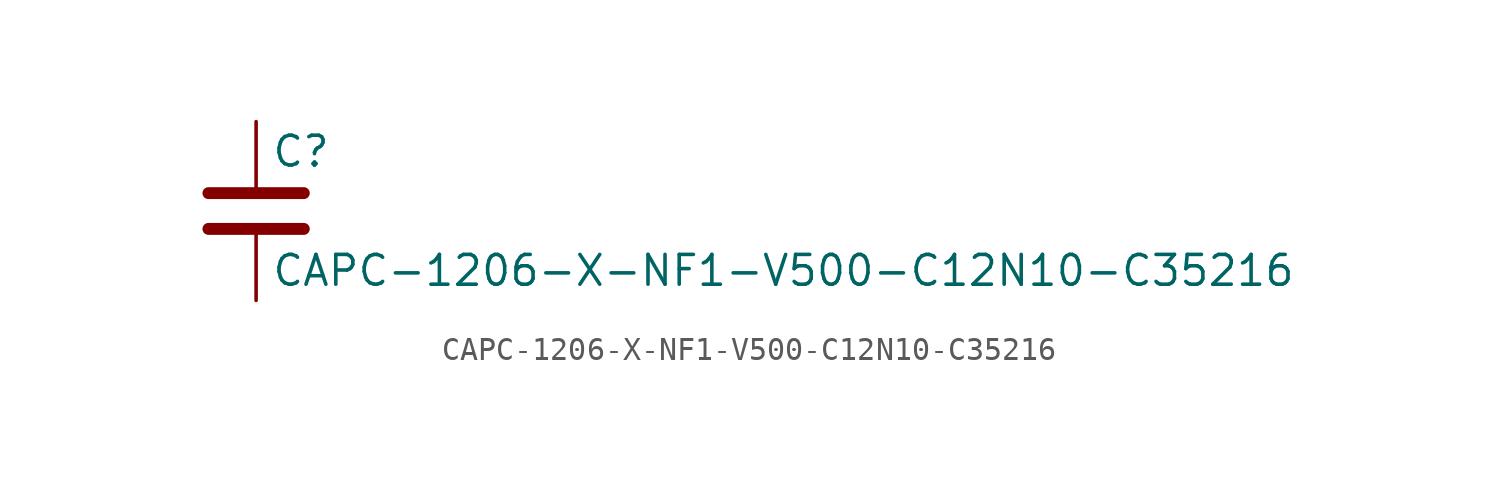
<source format=kicad_sym>
(kicad_symbol_lib
  (version 20211014)
  (generator kicad_symbol_editor)
  (symbol "CAPC-1206-X-NF1-V500-C12N10-C35216"
    (pin_numbers hide)
    (pin_names
      (offset 0.254))
    (property "Reference" "C"
      (at 0.635 2.54 0)
      (effects (font (size 1.27 1.27)) (justify left)))
    (property "Value" "CAPC-1206-X-NF1-V500-C12N10-C35216"
      (at 0.635 -2.54 0)
      (effects (font (size 1.27 1.27)) (justify left)))
    (symbol "CAPC-1206-X-NF1-V500-C12N10-C35216_0_1"
      (polyline (pts (xy -2.032 -0.762) (xy 2.032 -0.762)) (stroke (width 0.508) (type default) (color 0 0 0 0)) (fill (type none)))
      (polyline (pts (xy -2.032 0.762) (xy 2.032 0.762)) (stroke (width 0.508) (type default) (color 0 0 0 0)) (fill (type none))))
    (symbol "CAPC-1206-X-NF1-V500-C12N10-C35216_1_1"
      (pin passive line (at 0 3.81 270) (length 2.794) (name "~" (effects (font (size 1.27 1.27)))) (number "1" (effects (font (size 1.27 1.27)))))
      (pin passive line (at 0 -3.81 90) (length 2.794) (name "~" (effects (font (size 1.27 1.27)))) (number "2" (effects (font (size 1.27 1.27))))))))
</source>
